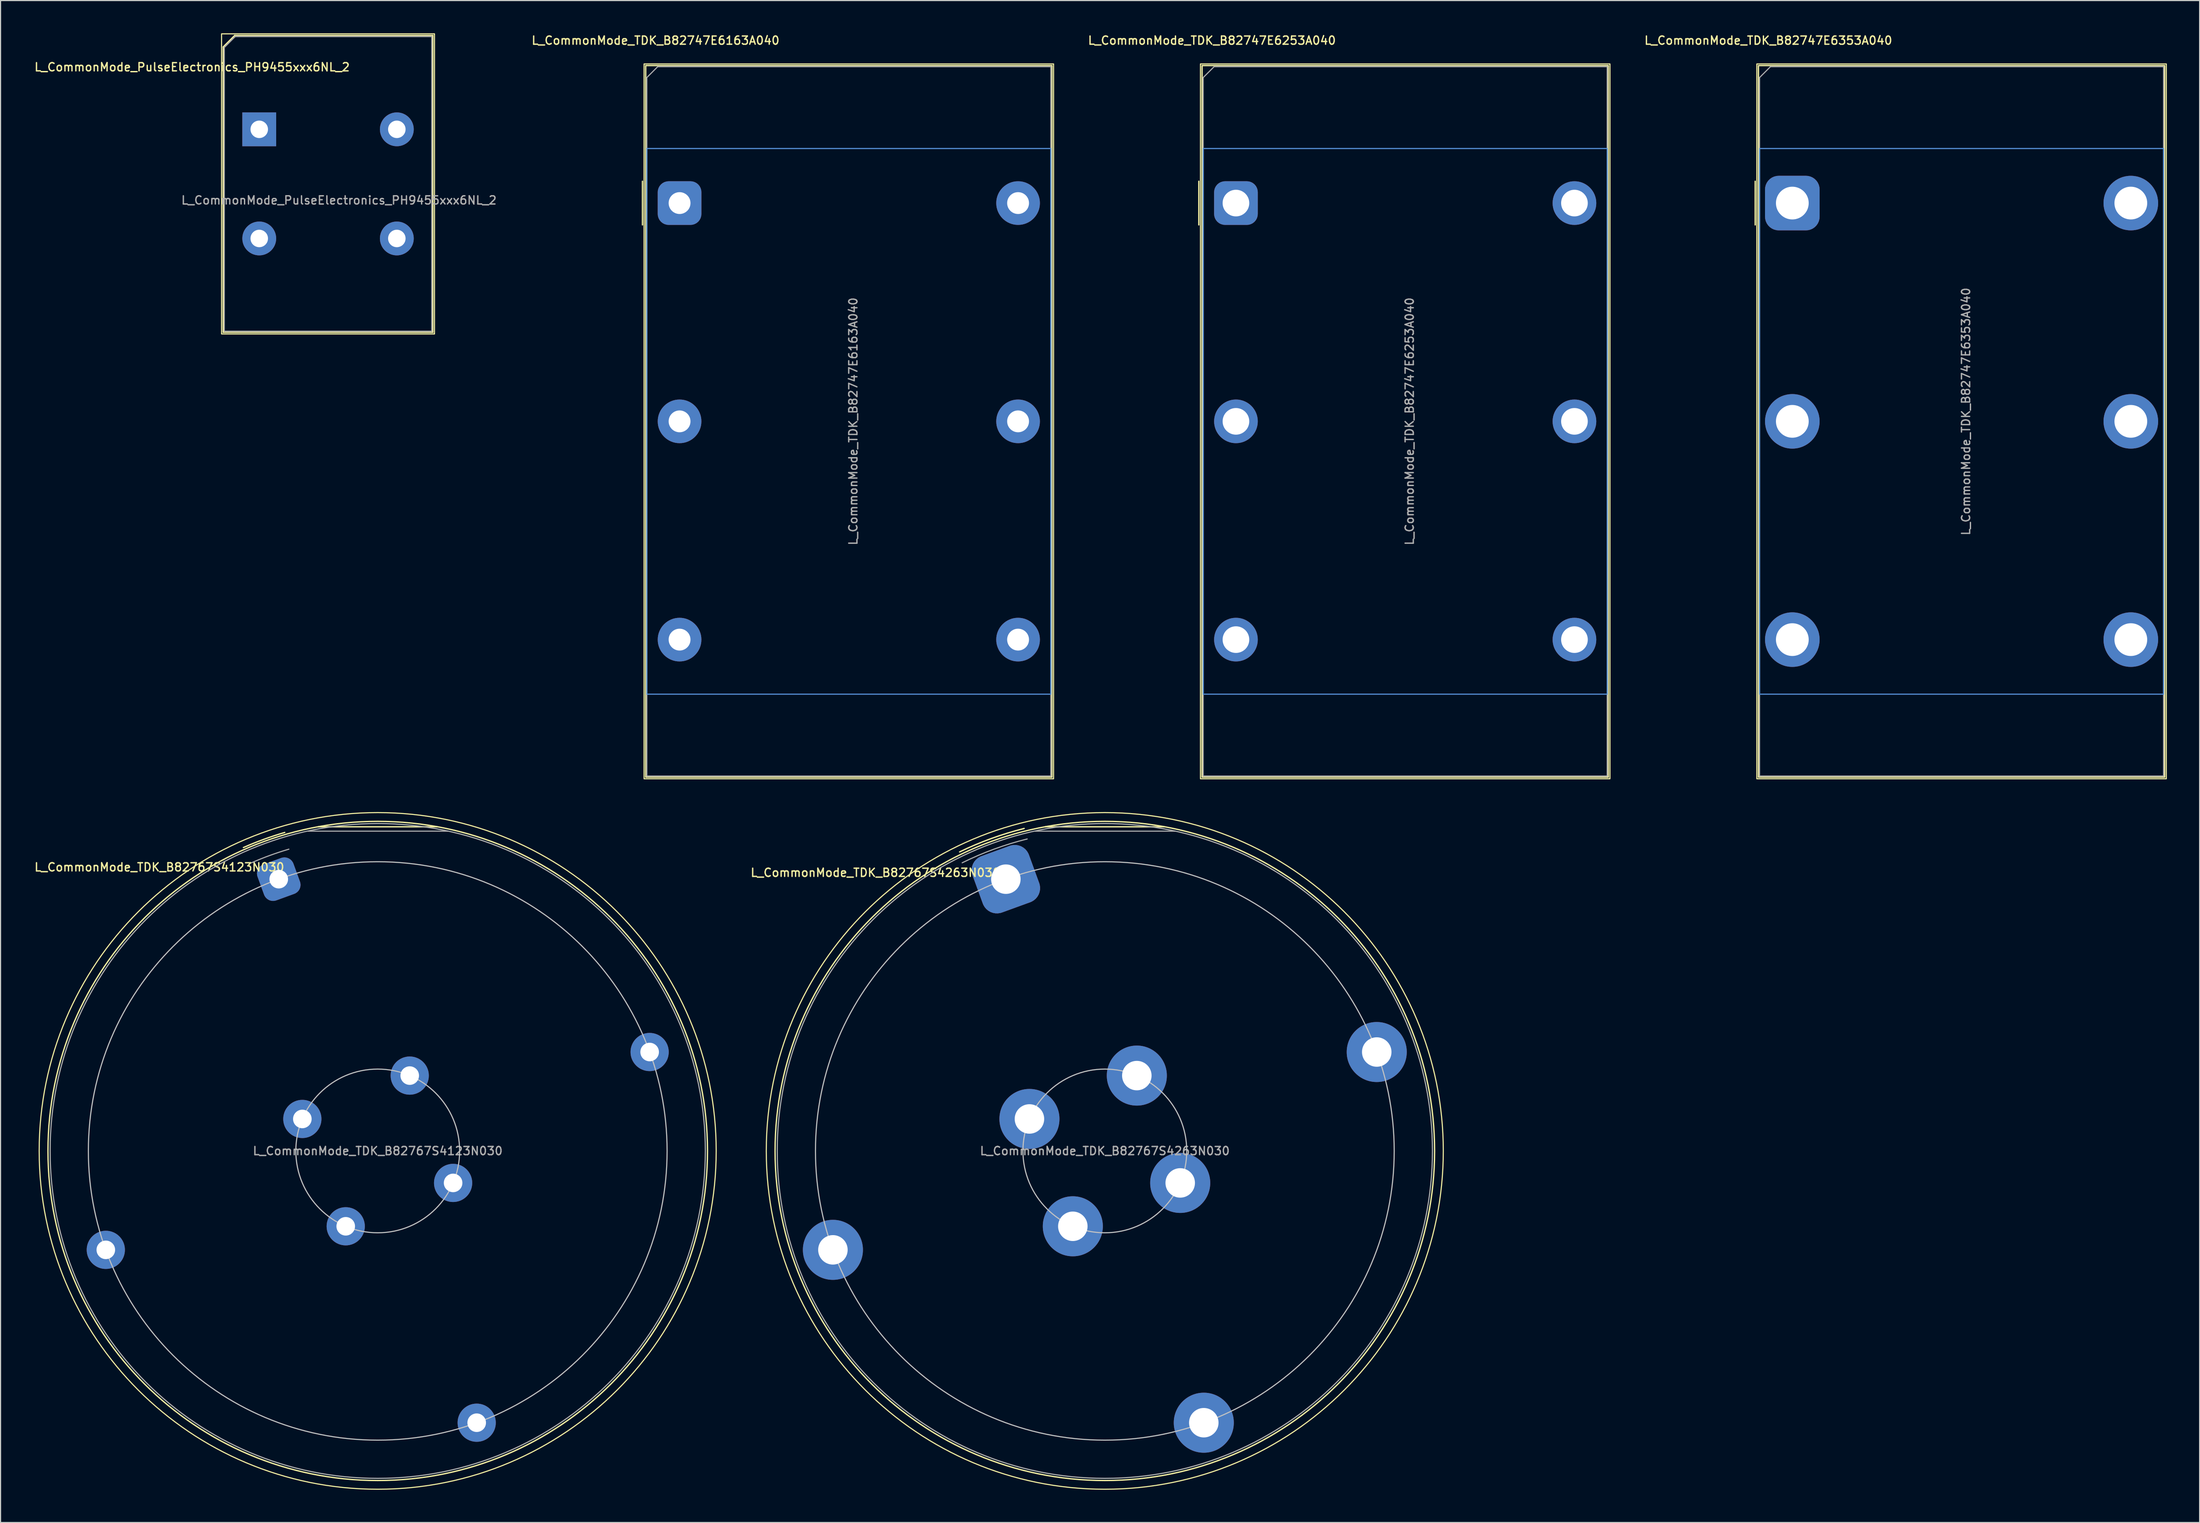
<source format=kicad_pcb>
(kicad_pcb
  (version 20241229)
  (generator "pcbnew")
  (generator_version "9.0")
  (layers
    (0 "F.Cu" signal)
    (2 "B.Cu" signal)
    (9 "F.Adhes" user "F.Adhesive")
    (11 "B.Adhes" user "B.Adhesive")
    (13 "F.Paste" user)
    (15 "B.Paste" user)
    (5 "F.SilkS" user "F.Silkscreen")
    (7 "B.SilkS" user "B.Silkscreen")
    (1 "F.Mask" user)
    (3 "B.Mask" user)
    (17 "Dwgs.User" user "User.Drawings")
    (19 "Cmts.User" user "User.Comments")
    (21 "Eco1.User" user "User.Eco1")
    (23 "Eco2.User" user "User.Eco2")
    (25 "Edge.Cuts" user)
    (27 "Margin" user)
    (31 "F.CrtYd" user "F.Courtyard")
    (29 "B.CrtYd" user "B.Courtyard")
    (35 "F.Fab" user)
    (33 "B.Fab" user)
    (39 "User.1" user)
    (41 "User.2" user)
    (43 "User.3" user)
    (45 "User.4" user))
  (footprint "L_CommonMode_TDK_B82767S4123N030"
    (layer "F.Cu")
    (at 22.478 77.508)
    (property "Reference" "L_CommonMode_TDK_B82767S4123N030" (at -10.936 -1.098 0) (layer "F.SilkS") (effects (font (size 0.75 0.75) (thickness 0.125))))
    (attr through_hole)
    (fp_line (start 3.6 -4.8) (end 14.5 -4.8) (stroke (width 0.12) (type default)) (layer "F.SilkS"))
    (fp_arc (start -3.236466 -2.898145) (mid -1.365365 -3.652796) (end 0.551672 -4.281672) (stroke (width 0.12) (type default)) (layer "F.SilkS"))
    (fp_circle (center 9.06 24.9) (end 40.06 24.9) (stroke (width 0.1) (type default)) (fill no) (layer "F.SilkS"))
    (fp_circle (center 9.064 24.902) (end 39.264 24.902) (stroke (width 0.12) (type default)) (fill no) (layer "F.SilkS"))
    (fp_circle (center 9.064 24.902) (end 16.564 24.902) (stroke (width 0.1) (type default)) (fill no) (layer "Dwgs.User"))
    (fp_circle (center 9.064 24.902) (end 35.564 24.902) (stroke (width 0.1) (type default)) (fill no) (layer "Dwgs.User"))
    (fp_line (start 15.5 -4.4) (end 2.7 -4.4) (stroke (width 0.1) (type default)) (layer "F.Fab"))
    (fp_arc (start -2.5 -1.499999) (mid -0.806401 -2.178721) (end 0.926747 -2.74893) (stroke (width 0.1) (type default)) (layer "F.Fab"))
    (fp_circle (center 9.064 24.902) (end 39.064 24.902) (stroke (width 0.1) (type default)) (fill no) (layer "F.Fab"))
    (fp_text user "${REFERENCE}" (at 9.064 24.902 0) (layer "F.Fab") (effects (font (size 0.75 0.75) (thickness 0.125))))
    (pad "1" thru_hole roundrect (at 0 0 20) (size 3.5 3.5) (drill 1.7) (layers "*.Cu" "*.Mask") (roundrect_rratio 0.25))
    (pad "2" thru_hole circle (at -15.838 33.965 20) (size 3.5 3.5) (drill 1.7) (layers "*.Cu" "*.Mask"))
    (pad "3" thru_hole circle (at 18.127 49.804 20) (size 3.5 3.5) (drill 1.7) (layers "*.Cu" "*.Mask"))
    (pad "4" thru_hole circle (at 33.965 15.838 20) (size 3.5 3.5) (drill 1.7) (layers "*.Cu" "*.Mask"))
    (pad "5" thru_hole circle (at 2.16 21.971 357) (size 3.5 3.5) (drill 1.7) (layers "*.Cu" "*.Mask"))
    (pad "6" thru_hole circle (at 6.133 31.806 357) (size 3.5 3.5) (drill 1.7) (layers "*.Cu" "*.Mask"))
    (pad "7" thru_hole circle (at 15.967 27.832 357) (size 3.5 3.5) (drill 1.7) (layers "*.Cu" "*.Mask"))
    (pad "8" thru_hole circle (at 11.994 17.998 357) (size 3.5 3.5) (drill 1.7) (layers "*.Cu" "*.Mask")))
  (footprint "L_CommonMode_TDK_B82747E6163A040"
    (layer "F.Cu")
    (at 59.184 15.558)
    (property "Reference" "L_CommonMode_TDK_B82747E6163A040" (at -2.2 -14.9 0) (layer "F.SilkS") (effects (font (size 0.75 0.75) (thickness 0.125))))
    (attr through_hole)
    (fp_line (start -3.4 -2) (end -3.4 2) (stroke (width 0.12) (type default)) (layer "F.SilkS"))
    (fp_rect (start -3.25 52.75) (end 34.25 -12.75) (stroke (width 0.1) (type default)) (fill no) (layer "F.SilkS"))
    (fp_rect (start -3.1 52.6) (end 34.1 -12.6) (stroke (width 0.12) (type default)) (fill no) (layer "F.SilkS"))
    (fp_rect (start -3 45) (end 34 -5) (stroke (width 0.1) (type default)) (fill no) (layer "Cmts.User"))
    (fp_line (start -3 -11.5) (end -3 52.5) (stroke (width 0.1) (type default)) (layer "F.Fab"))
    (fp_line (start -3 -11.5) (end -2 -12.5) (stroke (width 0.1) (type default)) (layer "F.Fab"))
    (fp_line (start -3 52.5) (end 34 52.5) (stroke (width 0.1) (type default)) (layer "F.Fab"))
    (fp_line (start 34 -12.5) (end -2 -12.5) (stroke (width 0.1) (type default)) (layer "F.Fab"))
    (fp_line (start 34 -12.5) (end 34 52.5) (stroke (width 0.1) (type default)) (layer "F.Fab"))
    (fp_text user "${REFERENCE}" (at 15.9 20 90) (layer "F.Fab") (effects (font (size 0.75 0.75) (thickness 0.125))))
    (pad "1" thru_hole roundrect (at 0 0 90) (size 4 4) (drill 2) (layers "*.Cu" "*.Mask") (roundrect_rratio 0.25))
    (pad "2" thru_hole circle (at 0 20 90) (size 4 4) (drill 2) (layers "*.Cu" "*.Mask"))
    (pad "3" thru_hole circle (at 0 40 90) (size 4 4) (drill 2) (layers "*.Cu" "*.Mask"))
    (pad "4" thru_hole circle (at 31 40 90) (size 4 4) (drill 2) (layers "*.Cu" "*.Mask"))
    (pad "5" thru_hole circle (at 31 20 90) (size 4 4) (drill 2) (layers "*.Cu" "*.Mask"))
    (pad "6" thru_hole circle (at 31 0 90) (size 4 4) (drill 2) (layers "*.Cu" "*.Mask")))
  (footprint "L_CommonMode_TDK_B82747E6353A040"
    (layer "F.Cu")
    (at 161.088 15.558)
    (property "Reference" "L_CommonMode_TDK_B82747E6353A040" (at -2.2 -14.9 0) (layer "F.SilkS") (effects (font (size 0.75 0.75) (thickness 0.125))))
    (attr through_hole)
    (fp_line (start -3.4 -2) (end -3.4 2) (stroke (width 0.12) (type default)) (layer "F.SilkS"))
    (fp_rect (start -3.25 52.75) (end 34.25 -12.75) (stroke (width 0.1) (type default)) (fill no) (layer "F.SilkS"))
    (fp_rect (start -3.1 52.6) (end 34.1 -12.6) (stroke (width 0.12) (type default)) (fill no) (layer "F.SilkS"))
    (fp_rect (start -3 45) (end 34 -5) (stroke (width 0.1) (type default)) (fill no) (layer "Cmts.User"))
    (fp_line (start -3 -11.5) (end -3 52.5) (stroke (width 0.1) (type default)) (layer "F.Fab"))
    (fp_line (start -3 -11.5) (end -2 -12.5) (stroke (width 0.1) (type default)) (layer "F.Fab"))
    (fp_line (start -3 52.5) (end 34 52.5) (stroke (width 0.1) (type default)) (layer "F.Fab"))
    (fp_line (start 34 -12.5) (end -2 -12.5) (stroke (width 0.1) (type default)) (layer "F.Fab"))
    (fp_line (start 34 -12.5) (end 34 52.5) (stroke (width 0.1) (type default)) (layer "F.Fab"))
    (fp_text user "${REFERENCE}" (at 15.9 19.1 90) (layer "F.Fab") (effects (font (size 0.75 0.75) (thickness 0.125))))
    (pad "1" thru_hole roundrect (at 0 0 90) (size 5 5) (drill 3) (layers "*.Cu" "*.Mask") (roundrect_rratio 0.25))
    (pad "2" thru_hole circle (at 0 20 90) (size 5 5) (drill 3) (layers "*.Cu" "*.Mask"))
    (pad "3" thru_hole circle (at 0 40 90) (size 5 5) (drill 3) (layers "*.Cu" "*.Mask"))
    (pad "4" thru_hole circle (at 31 40 90) (size 5 5) (drill 3) (layers "*.Cu" "*.Mask"))
    (pad "5" thru_hole circle (at 31 20 90) (size 5 5) (drill 3) (layers "*.Cu" "*.Mask"))
    (pad "6" thru_hole circle (at 31 0 90) (size 5 5) (drill 3) (layers "*.Cu" "*.Mask")))
  (footprint "L_CommonMode_TDK_B82747E6253A040"
    (layer "F.Cu")
    (at 110.136 15.558)
    (property "Reference" "L_CommonMode_TDK_B82747E6253A040" (at -2.2 -14.9 0) (layer "F.SilkS") (effects (font (size 0.75 0.75) (thickness 0.125))))
    (attr through_hole)
    (fp_line (start -3.4 -2) (end -3.4 2) (stroke (width 0.12) (type default)) (layer "F.SilkS"))
    (fp_rect (start -3.25 52.75) (end 34.25 -12.75) (stroke (width 0.1) (type default)) (fill no) (layer "F.SilkS"))
    (fp_rect (start -3.1 52.6) (end 34.1 -12.6) (stroke (width 0.12) (type default)) (fill no) (layer "F.SilkS"))
    (fp_rect (start -3 45) (end 34 -5) (stroke (width 0.1) (type default)) (fill no) (layer "Cmts.User"))
    (fp_line (start -3 -11.5) (end -3 52.5) (stroke (width 0.1) (type default)) (layer "F.Fab"))
    (fp_line (start -3 -11.5) (end -2 -12.5) (stroke (width 0.1) (type default)) (layer "F.Fab"))
    (fp_line (start -3 52.5) (end 34 52.5) (stroke (width 0.1) (type default)) (layer "F.Fab"))
    (fp_line (start 34 -12.5) (end -2 -12.5) (stroke (width 0.1) (type default)) (layer "F.Fab"))
    (fp_line (start 34 -12.5) (end 34 52.5) (stroke (width 0.1) (type default)) (layer "F.Fab"))
    (fp_text user "${REFERENCE}" (at 15.9 20 90) (layer "F.Fab") (effects (font (size 0.75 0.75) (thickness 0.125))))
    (pad "1" thru_hole roundrect (at 0 0 90) (size 4 4) (drill 2.44) (layers "*.Cu" "*.Mask") (roundrect_rratio 0.25))
    (pad "2" thru_hole circle (at 0 20 90) (size 4 4) (drill 2.44) (layers "*.Cu" "*.Mask"))
    (pad "3" thru_hole circle (at 0 40 90) (size 4 4) (drill 2.44) (layers "*.Cu" "*.Mask"))
    (pad "4" thru_hole circle (at 31 40 90) (size 4 4) (drill 2.44) (layers "*.Cu" "*.Mask"))
    (pad "5" thru_hole circle (at 31 20 90) (size 4 4) (drill 2.44) (layers "*.Cu" "*.Mask"))
    (pad "6" thru_hole circle (at 31 0 90) (size 4 4) (drill 2.44) (layers "*.Cu" "*.Mask")))
  (footprint "L_CommonMode_TDK_B82767S4263N030"
    (layer "F.Cu")
    (at 89.065 77.508)
    (property "Reference" "L_CommonMode_TDK_B82767S4263N030" (at -11.936 -0.598 0) (layer "F.SilkS") (effects (font (size 0.75 0.75) (thickness 0.125))))
    (attr through_hole)
    (fp_line (start 3.6 -4.8) (end 14.5 -4.8) (stroke (width 0.12) (type default)) (layer "F.SilkS"))
    (fp_arc (start -4.236466 -2.498146) (mid -1.335569 -3.725208) (end 1.676542 -4.646113) (stroke (width 0.12) (type default)) (layer "F.SilkS"))
    (fp_circle (center 9.06 24.9) (end 40.06 24.9) (stroke (width 0.1) (type default)) (fill no) (layer "F.SilkS"))
    (fp_circle (center 9.064 24.902) (end 39.264 24.902) (stroke (width 0.12) (type default)) (fill no) (layer "F.SilkS"))
    (fp_circle (center 9.064 24.902) (end 16.564 24.902) (stroke (width 0.1) (type default)) (fill no) (layer "Dwgs.User"))
    (fp_circle (center 9.064 24.902) (end 35.564 24.902) (stroke (width 0.1) (type default)) (fill no) (layer "Dwgs.User"))
    (fp_line (start 15.5 -4.4) (end 2.7 -4.4) (stroke (width 0.1) (type default)) (layer "F.Fab"))
    (fp_arc (start -4 -1.5) (mid -1.081881 -2.752881) (end 1.954155 -3.68434) (stroke (width 0.1) (type default)) (layer "F.Fab"))
    (fp_circle (center 9.064 24.902) (end 39.064 24.902) (stroke (width 0.1) (type default)) (fill no) (layer "F.Fab"))
    (fp_text user "${REFERENCE}" (at 9.064 24.902 0) (layer "F.Fab") (effects (font (size 0.75 0.75) (thickness 0.125))))
    (pad "1" thru_hole roundrect (at 0 0 20) (size 5.5 5.5) (drill 2.7) (layers "*.Cu" "*.Mask") (roundrect_rratio 0.25))
    (pad "2" thru_hole circle (at -15.838 33.965 20) (size 5.5 5.5) (drill 2.7) (layers "*.Cu" "*.Mask"))
    (pad "3" thru_hole circle (at 18.127 49.804 20) (size 5.5 5.5) (drill 2.7) (layers "*.Cu" "*.Mask"))
    (pad "4" thru_hole circle (at 33.965 15.838 20) (size 5.5 5.5) (drill 2.7) (layers "*.Cu" "*.Mask"))
    (pad "5" thru_hole circle (at 2.16 21.971 357) (size 5.5 5.5) (drill 2.7) (layers "*.Cu" "*.Mask"))
    (pad "6" thru_hole circle (at 6.133 31.806 357) (size 5.5 5.5) (drill 2.7) (layers "*.Cu" "*.Mask"))
    (pad "7" thru_hole circle (at 15.967 27.832 357) (size 5.5 5.5) (drill 2.7) (layers "*.Cu" "*.Mask"))
    (pad "8" thru_hole circle (at 11.994 17.998 357) (size 5.5 5.5) (drill 2.7) (layers "*.Cu" "*.Mask")))
  (footprint "L_CommonMode_PulseElectronics_PH9455xxx6NL_2"
    (layer "F.Cu")
    (at 20.691 8.8)
    (property "Reference" "L_CommonMode_PulseElectronics_PH9455xxx6NL_2" (at -6.15 -5.7 0) (unlocked yes) (layer "F.SilkS") (effects (font (size 0.75 0.75) (thickness 0.125))))
    (attr through_hole)
    (fp_line (start -3.3 -7.55) (end -3.3 18.6) (stroke (width 0.12) (type solid)) (layer "F.SilkS"))
    (fp_line (start -3.3 18.6) (end 15.9 18.6) (stroke (width 0.12) (type solid)) (layer "F.SilkS"))
    (fp_line (start -2.25 -8.6) (end -3.3 -7.55) (stroke (width 0.12) (type solid)) (layer "F.SilkS"))
    (fp_line (start 15.9 -8.6) (end -2.25 -8.6) (stroke (width 0.12) (type solid)) (layer "F.SilkS"))
    (fp_line (start 15.9 18.6) (end 15.9 -8.6) (stroke (width 0.12) (type solid)) (layer "F.SilkS"))
    (fp_rect (start -3.45 -8.75) (end 16.05 18.75) (stroke (width 0.1) (type solid)) (fill no) (layer "F.SilkS"))
    (fp_line (start -3.2 -7.5) (end -2.2 -8.5) (stroke (width 0.1) (type solid)) (layer "F.Fab"))
    (fp_line (start -3.2 18.5) (end -3.2 -7.5) (stroke (width 0.1) (type solid)) (layer "F.Fab"))
    (fp_line (start -2.2 -8.5) (end 15.8 -8.5) (stroke (width 0.1) (type solid)) (layer "F.Fab"))
    (fp_line (start 15.8 -8.5) (end 15.8 18.5) (stroke (width 0.1) (type solid)) (layer "F.Fab"))
    (fp_line (start 15.8 18.5) (end -3.2 18.5) (stroke (width 0.1) (type solid)) (layer "F.Fab"))
    (fp_text user "${REFERENCE}" (at 7.3 6.5 0) (unlocked yes) (layer "F.Fab") (effects (font (size 0.75 0.75) (thickness 0.125))))
    (pad "1" thru_hole rect (at 0 0) (size 3.1 3.1) (drill 1.6) (layers "*.Cu" "*.Mask"))
    (pad "2" thru_hole circle (at 0 10) (size 3.1 3.1) (drill 1.6) (layers "*.Cu" "*.Mask"))
    (pad "3" thru_hole circle (at 12.6 10) (size 3.1 3.1) (drill 1.6) (layers "*.Cu" "*.Mask"))
    (pad "4" thru_hole circle (at 12.6 0) (size 3.1 3.1) (drill 1.6) (layers "*.Cu" "*.Mask")))
  (gr_rect
    (start -3 -3)
    (end 198.388 136.458)
    (stroke (width 0.1) (type default))
    (fill no)
    (layer "Edge.Cuts")))
</source>
